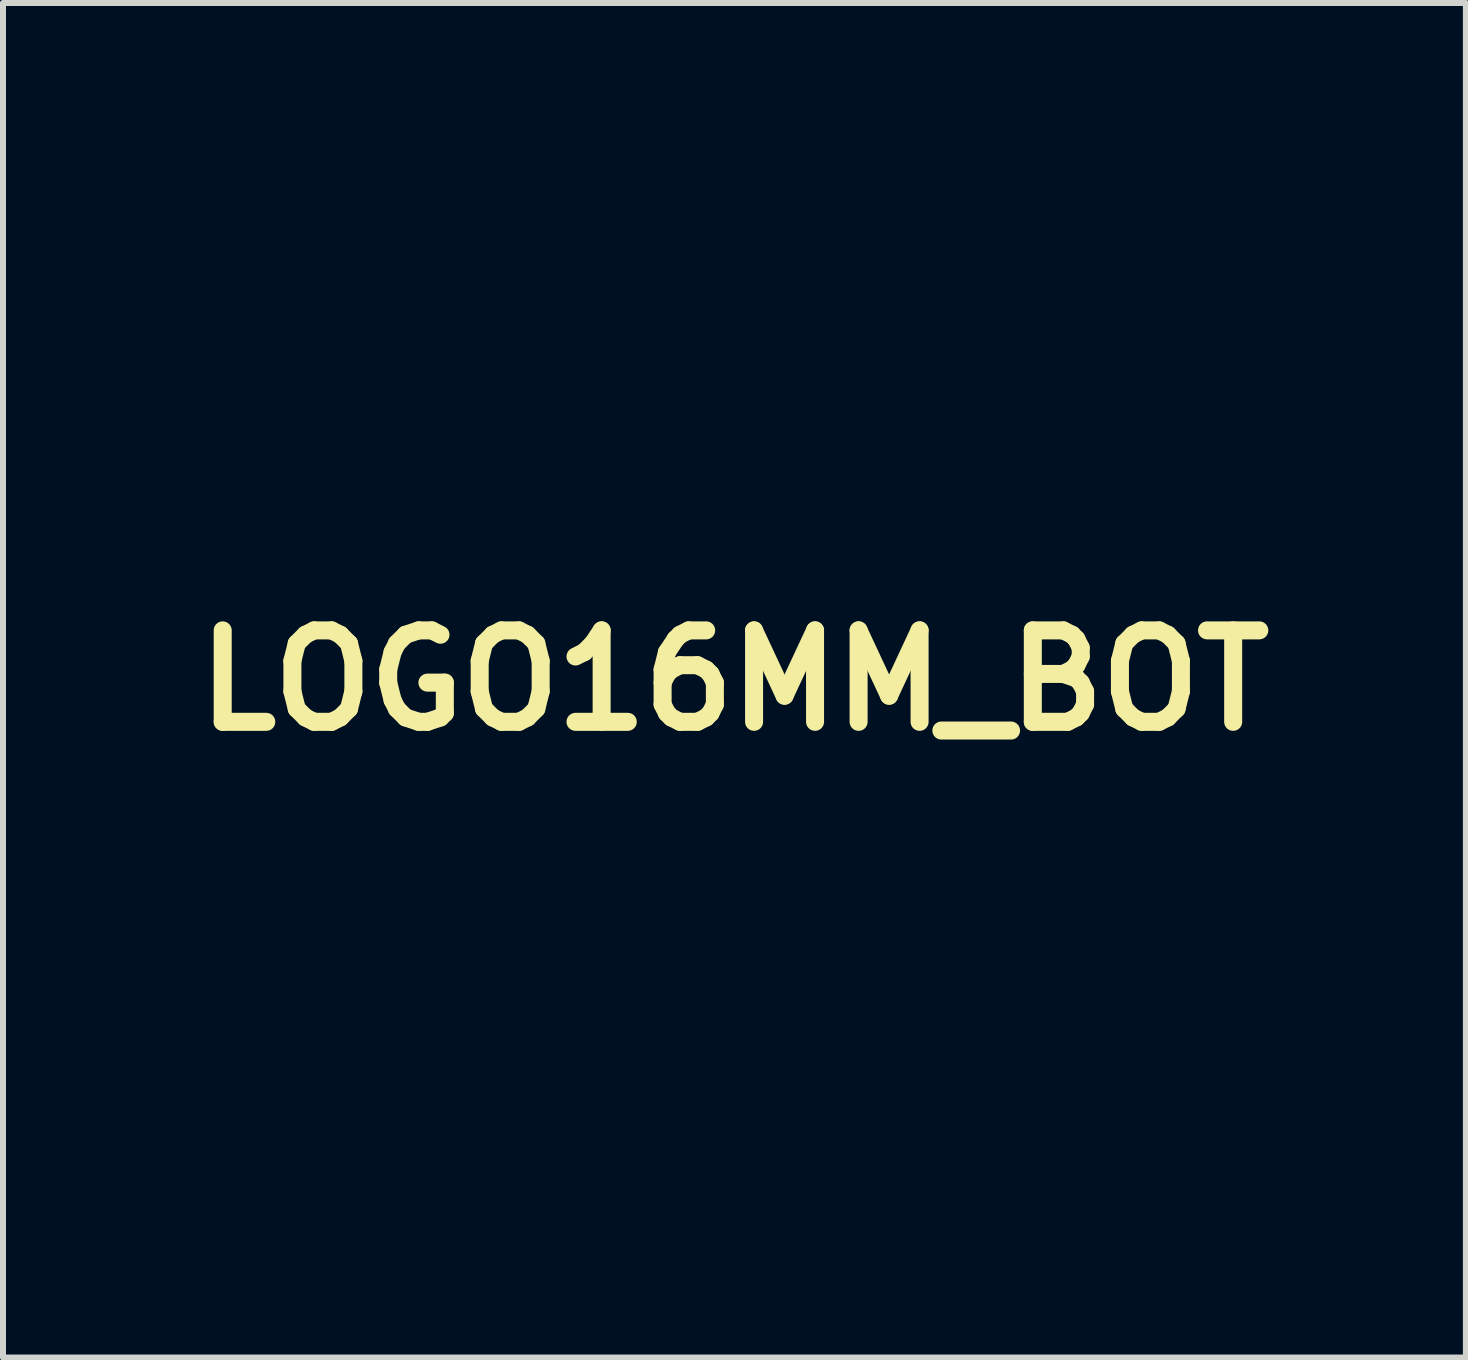
<source format=kicad_pcb>
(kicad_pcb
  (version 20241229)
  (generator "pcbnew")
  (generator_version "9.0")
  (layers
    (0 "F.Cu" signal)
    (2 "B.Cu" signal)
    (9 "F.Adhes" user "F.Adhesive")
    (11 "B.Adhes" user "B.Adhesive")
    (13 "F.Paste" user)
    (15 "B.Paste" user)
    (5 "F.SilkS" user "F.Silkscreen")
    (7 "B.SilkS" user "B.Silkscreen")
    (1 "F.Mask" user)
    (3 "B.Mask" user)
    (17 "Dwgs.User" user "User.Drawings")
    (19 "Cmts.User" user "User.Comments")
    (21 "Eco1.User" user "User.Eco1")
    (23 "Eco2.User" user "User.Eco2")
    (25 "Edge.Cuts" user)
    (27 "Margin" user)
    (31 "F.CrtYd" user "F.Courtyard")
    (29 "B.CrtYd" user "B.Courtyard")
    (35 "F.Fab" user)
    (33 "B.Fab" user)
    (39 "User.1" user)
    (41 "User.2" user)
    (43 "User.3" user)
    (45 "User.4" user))
  (footprint "LOGO16MM_BOT"
    (layer "F.Cu")
    (at 9.188 8.288)
    (property "Reference" "LOGO16MM_BOT" (at 0 0 0) (layer "F.SilkS") (effects (font (size 1.524 1.524) (thickness 0.3))))
    (attr through_hole)
    (fp_poly (pts (xy -0.523 -8.283) (xy -0.286 -8.274) (xy -0.027 -8.257) (xy 0.266 -8.231) (xy 0.602 -8.194) (xy 0.991 -8.146) (xy 1.267 -8.111) (xy 1.536 -8.075) (xy 1.752 -8.043) (xy 1.928 -8.014) (xy 2.081 -7.983) (xy 2.226 -7.946) (xy 2.379 -7.901) (xy 2.556 -7.844) (xy 2.713 -7.79) (xy 3.222 -7.614) (xy 3.671 -7.452) (xy 4.066 -7.3) (xy 4.414 -7.151) (xy 4.723 -7.002) (xy 5 -6.847) (xy 5.251 -6.68) (xy 5.484 -6.498) (xy 5.707 -6.295) (xy 5.925 -6.066) (xy 6.147 -5.806) (xy 6.379 -5.51) (xy 6.628 -5.173) (xy 6.841 -4.877) (xy 7.076 -4.5) (xy 7.289 -4.067) (xy 7.473 -3.592) (xy 7.589 -3.215) (xy 7.708 -2.78) (xy 7.914 -2.639) (xy 8.039 -2.546) (xy 8.186 -2.426) (xy 8.328 -2.301) (xy 8.357 -2.275) (xy 8.555 -2.052) (xy 8.719 -1.797) (xy 8.84 -1.528) (xy 8.909 -1.262) (xy 8.92 -1.158) (xy 8.917 -0.933) (xy 8.888 -0.677) (xy 8.839 -0.416) (xy 8.775 -0.178) (xy 8.719 -0.029) (xy 8.653 0.107) (xy 8.57 0.263) (xy 8.477 0.429) (xy 8.381 0.592) (xy 8.288 0.741) (xy 8.207 0.864) (xy 8.143 0.95) (xy 8.105 0.987) (xy 8.102 0.988) (xy 8.066 0.96) (xy 8.002 0.884) (xy 7.921 0.772) (xy 7.848 0.661) (xy 7.732 0.494) (xy 7.597 0.318) (xy 7.465 0.162) (xy 7.409 0.102) (xy 7.288 -0.015) (xy 7.19 -0.094) (xy 7.09 -0.151) (xy 6.963 -0.2) (xy 6.897 -0.222) (xy 6.717 -0.277) (xy 6.511 -0.335) (xy 6.322 -0.383) (xy 6.315 -0.385) (xy 6.132 -0.432) (xy 5.923 -0.492) (xy 5.73 -0.552) (xy 5.704 -0.561) (xy 5.393 -0.667) (xy 4.787 -0.581) (xy 4.428 -0.535) (xy 4.122 -0.507) (xy 3.851 -0.498) (xy 3.6 -0.506) (xy 3.353 -0.532) (xy 3.247 -0.548) (xy 2.952 -0.576) (xy 2.621 -0.575) (xy 2.281 -0.544) (xy 1.993 -0.494) (xy 1.804 -0.434) (xy 1.577 -0.336) (xy 1.328 -0.208) (xy 1.071 -0.059) (xy 0.822 0.102) (xy 0.595 0.267) (xy 0.406 0.426) (xy 0.346 0.484) (xy 0.246 0.587) (xy 0.186 0.662) (xy 0.155 0.729) (xy 0.143 0.81) (xy 0.139 0.9) (xy 0.14 1.004) (xy 0.153 1.098) (xy 0.184 1.201) (xy 0.238 1.332) (xy 0.298 1.463) (xy 0.445 1.761) (xy 0.583 2) (xy 0.723 2.19) (xy 0.875 2.339) (xy 1.049 2.456) (xy 1.257 2.55) (xy 1.509 2.631) (xy 1.746 2.691) (xy 1.99 2.748) (xy 2.18 2.79) (xy 2.331 2.819) (xy 2.46 2.835) (xy 2.58 2.84) (xy 2.707 2.835) (xy 2.856 2.82) (xy 3.042 2.797) (xy 3.122 2.787) (xy 3.476 2.738) (xy 3.768 2.688) (xy 4.008 2.633) (xy 4.205 2.571) (xy 4.369 2.498) (xy 4.509 2.41) (xy 4.635 2.306) (xy 4.692 2.249) (xy 4.8 2.114) (xy 4.923 1.917) (xy 5.059 1.663) (xy 5.204 1.36) (xy 5.329 1.076) (xy 5.405 0.902) (xy 5.464 0.785) (xy 5.511 0.715) (xy 5.552 0.682) (xy 5.569 0.677) (xy 5.64 0.69) (xy 5.666 0.72) (xy 5.662 0.772) (xy 5.637 0.879) (xy 5.594 1.03) (xy 5.538 1.212) (xy 5.472 1.415) (xy 5.399 1.627) (xy 5.324 1.837) (xy 5.251 2.033) (xy 5.183 2.205) (xy 5.124 2.34) (xy 5.115 2.36) (xy 5.019 2.547) (xy 4.918 2.713) (xy 4.802 2.872) (xy 4.661 3.037) (xy 4.485 3.221) (xy 4.287 3.413) (xy 3.873 3.809) (xy 3.48 3.941) (xy 3.304 3.998) (xy 3.17 4.035) (xy 3.053 4.057) (xy 2.927 4.066) (xy 2.769 4.067) (xy 2.681 4.066) (xy 2.438 4.059) (xy 2.259 4.045) (xy 2.136 4.024) (xy 2.062 3.994) (xy 2.031 3.953) (xy 2.028 3.935) (xy 2.049 3.889) (xy 2.117 3.844) (xy 2.24 3.795) (xy 2.424 3.726) (xy 2.542 3.668) (xy 2.593 3.623) (xy 2.588 3.599) (xy 2.546 3.579) (xy 2.457 3.549) (xy 2.339 3.513) (xy 2.208 3.476) (xy 2.083 3.442) (xy 1.98 3.417) (xy 1.917 3.406) (xy 1.905 3.407) (xy 1.934 3.429) (xy 2.008 3.472) (xy 2.084 3.511) (xy 2.197 3.578) (xy 2.248 3.634) (xy 2.251 3.662) (xy 2.235 3.691) (xy 2.192 3.71) (xy 2.108 3.722) (xy 1.972 3.73) (xy 1.913 3.732) (xy 1.772 3.738) (xy 1.661 3.747) (xy 1.597 3.756) (xy 1.587 3.761) (xy 1.604 3.798) (xy 1.648 3.88) (xy 1.711 3.99) (xy 1.726 4.016) (xy 1.821 4.167) (xy 1.92 4.295) (xy 2.031 4.403) (xy 2.161 4.497) (xy 2.319 4.58) (xy 2.513 4.656) (xy 2.75 4.729) (xy 3.04 4.804) (xy 3.39 4.884) (xy 3.473 4.902) (xy 3.854 4.972) (xy 4.206 5.007) (xy 4.547 5.005) (xy 4.895 4.966) (xy 5.268 4.889) (xy 5.627 4.79) (xy 6.045 4.647) (xy 6.408 4.481) (xy 6.733 4.284) (xy 7.034 4.046) (xy 7.287 3.801) (xy 7.502 3.57) (xy 7.682 3.36) (xy 7.837 3.159) (xy 7.974 2.952) (xy 8.103 2.728) (xy 8.231 2.471) (xy 8.366 2.171) (xy 8.47 1.927) (xy 8.542 1.761) (xy 8.609 1.62) (xy 8.664 1.516) (xy 8.701 1.46) (xy 8.707 1.455) (xy 8.762 1.447) (xy 8.793 1.481) (xy 8.8 1.564) (xy 8.784 1.701) (xy 8.75 1.875) (xy 8.651 2.334) (xy 8.559 2.732) (xy 8.471 3.078) (xy 8.382 3.38) (xy 8.288 3.648) (xy 8.185 3.891) (xy 8.071 4.117) (xy 7.939 4.336) (xy 7.787 4.555) (xy 7.611 4.784) (xy 7.407 5.032) (xy 7.26 5.203) (xy 7.133 5.349) (xy 7.031 5.459) (xy 6.939 5.547) (xy 6.842 5.623) (xy 6.726 5.701) (xy 6.574 5.791) (xy 6.417 5.881) (xy 6.023 6.1) (xy 5.673 6.279) (xy 5.355 6.422) (xy 5.056 6.53) (xy 4.766 6.609) (xy 4.47 6.66) (xy 4.159 6.686) (xy 3.819 6.691) (xy 3.438 6.678) (xy 3.312 6.671) (xy 3.049 6.655) (xy 2.851 6.645) (xy 2.713 6.639) (xy 2.63 6.64) (xy 2.595 6.646) (xy 2.604 6.66) (xy 2.65 6.682) (xy 2.73 6.711) (xy 2.769 6.726) (xy 3.007 6.809) (xy 3.208 6.873) (xy 3.388 6.921) (xy 3.562 6.955) (xy 3.744 6.978) (xy 3.95 6.992) (xy 4.195 6.999) (xy 4.493 7.001) (xy 4.533 7.001) (xy 4.799 7.002) (xy 5.002 7.003) (xy 5.152 7.006) (xy 5.255 7.011) (xy 5.322 7.019) (xy 5.359 7.031) (xy 5.376 7.047) (xy 5.38 7.067) (xy 5.38 7.072) (xy 5.377 7.099) (xy 5.361 7.122) (xy 5.327 7.142) (xy 5.264 7.161) (xy 5.167 7.179) (xy 5.026 7.2) (xy 4.835 7.224) (xy 4.584 7.252) (xy 4.445 7.268) (xy 3.981 7.311) (xy 3.545 7.331) (xy 3.116 7.328) (xy 2.674 7.3) (xy 2.199 7.248) (xy 1.867 7.201) (xy 1.627 7.163) (xy 1.39 7.123) (xy 1.174 7.085) (xy 0.995 7.05) (xy 0.867 7.022) (xy 0.861 7.021) (xy 0.731 6.982) (xy 0.579 6.926) (xy 0.416 6.86) (xy 0.258 6.79) (xy 0.117 6.721) (xy 0.007 6.661) (xy -0.058 6.614) (xy -0.071 6.595) (xy -0.098 6.564) (xy -0.115 6.562) (xy -0.161 6.542) (xy -0.25 6.49) (xy -0.365 6.415) (xy -0.436 6.365) (xy -0.713 6.169) (xy -0.595 6.333) (xy -0.406 6.56) (xy -0.194 6.741) (xy 0.057 6.886) (xy 0.36 7.003) (xy 0.404 7.017) (xy 0.549 7.056) (xy 0.753 7.103) (xy 1.009 7.157) (xy 1.305 7.215) (xy 1.634 7.275) (xy 1.984 7.337) (xy 2.346 7.397) (xy 2.553 7.43) (xy 2.799 7.47) (xy 2.982 7.505) (xy 3.107 7.537) (xy 3.182 7.567) (xy 3.212 7.6) (xy 3.204 7.636) (xy 3.182 7.662) (xy 3.138 7.671) (xy 3.033 7.676) (xy 2.877 7.677) (xy 2.678 7.676) (xy 2.447 7.672) (xy 2.193 7.665) (xy 1.925 7.657) (xy 1.653 7.646) (xy 1.386 7.634) (xy 1.134 7.621) (xy 0.906 7.608) (xy 0.712 7.593) (xy 0.582 7.581) (xy 0.043 7.491) (xy -0.484 7.339) (xy -0.833 7.202) (xy -0.986 7.137) (xy -1.112 7.086) (xy -1.199 7.052) (xy -1.234 7.04) (xy -1.235 7.041) (xy -1.205 7.065) (xy -1.124 7.113) (xy -1.005 7.177) (xy -0.861 7.252) (xy -0.704 7.329) (xy -0.548 7.404) (xy -0.406 7.469) (xy -0.335 7.499) (xy -0.206 7.55) (xy -0.024 7.616) (xy 0.194 7.694) (xy 0.434 7.776) (xy 0.68 7.859) (xy 0.758 7.885) (xy 1.012 7.969) (xy 1.205 8.035) (xy 1.346 8.087) (xy 1.442 8.127) (xy 1.5 8.159) (xy 1.529 8.186) (xy 1.535 8.206) (xy 1.522 8.248) (xy 1.48 8.271) (xy 1.397 8.276) (xy 1.265 8.264) (xy 1.075 8.236) (xy 1.058 8.233) (xy 0.542 8.145) (xy 0.088 8.063) (xy -0.308 7.986) (xy -0.653 7.911) (xy -0.954 7.839) (xy -1.218 7.766) (xy -1.451 7.692) (xy -1.659 7.615) (xy -1.767 7.57) (xy -2.004 7.456) (xy -2.245 7.317) (xy -2.496 7.147) (xy -2.763 6.942) (xy -3.051 6.698) (xy -3.366 6.41) (xy -3.715 6.074) (xy -3.956 5.832) (xy -4.145 5.641) (xy -4.292 5.488) (xy -4.408 5.363) (xy -4.501 5.252) (xy -4.581 5.145) (xy -4.657 5.031) (xy -4.737 4.898) (xy -4.832 4.734) (xy -4.835 4.727) (xy -5.057 4.332) (xy -5.242 3.982) (xy -5.397 3.665) (xy -5.526 3.37) (xy -5.635 3.085) (xy -5.728 2.797) (xy -5.81 2.494) (xy -5.855 2.311) (xy -5.921 2.025) (xy -5.528 2.025) (xy -5.52 2.205) (xy -5.498 2.491) (xy -5.477 2.719) (xy -5.456 2.901) (xy -5.432 3.049) (xy -5.403 3.176) (xy -5.365 3.293) (xy -5.317 3.414) (xy -5.256 3.549) (xy -5.219 3.627) (xy -5.127 3.812) (xy -5.012 4.035) (xy -4.885 4.274) (xy -4.757 4.507) (xy -4.694 4.618) (xy -4.376 5.174) (xy -3.661 5.877) (xy -3.31 6.216) (xy -2.997 6.507) (xy -2.713 6.755) (xy -2.448 6.965) (xy -2.194 7.141) (xy -1.942 7.289) (xy -1.685 7.415) (xy -1.411 7.522) (xy -1.115 7.617) (xy -0.785 7.704) (xy -0.414 7.789) (xy -0.374 7.797) (xy -0.165 7.842) (xy -0.016 7.872) (xy 0.083 7.89) (xy 0.142 7.898) (xy 0.17 7.897) (xy 0.176 7.889) (xy 0.146 7.872) (xy 0.064 7.839) (xy -0.054 7.796) (xy -0.097 7.781) (xy -0.348 7.683) (xy -0.633 7.554) (xy -0.93 7.405) (xy -1.217 7.248) (xy -1.474 7.094) (xy -1.61 7.003) (xy -1.305 7.003) (xy -1.288 7.02) (xy -1.27 7.003) (xy -1.288 6.985) (xy -1.305 7.003) (xy -1.61 7.003) (xy -1.622 6.994) (xy -1.76 6.889) (xy -1.93 6.746) (xy -2.118 6.58) (xy -2.306 6.405) (xy -2.442 6.273) (xy -2.62 6.094) (xy -2.757 5.951) (xy -2.864 5.83) (xy -2.95 5.718) (xy -3.027 5.603) (xy -3.104 5.472) (xy -3.135 5.419) (xy -3.281 5.137) (xy -3.394 4.869) (xy -3.481 4.595) (xy -3.548 4.293) (xy -3.603 3.943) (xy -3.604 3.933) (xy -3.632 3.709) (xy -3.649 3.533) (xy -3.655 3.385) (xy -3.653 3.242) (xy -3.641 3.085) (xy -3.634 3.016) (xy -3.592 2.65) (xy -3.543 2.336) (xy -3.482 2.053) (xy -3.405 1.783) (xy -3.304 1.507) (xy -3.177 1.205) (xy -3.11 1.058) (xy -3.023 0.873) (xy -2.956 0.745) (xy -2.906 0.665) (xy -2.865 0.626) (xy -2.838 0.617) (xy -2.803 0.624) (xy -2.782 0.65) (xy -2.777 0.703) (xy -2.788 0.792) (xy -2.816 0.926) (xy -2.863 1.112) (xy -2.909 1.288) (xy -2.961 1.486) (xy -2.996 1.637) (xy -3.018 1.76) (xy -3.028 1.878) (xy -3.029 2.01) (xy -3.025 2.176) (xy -3.023 2.223) (xy -2.968 2.812) (xy -2.847 3.422) (xy -2.662 4.056) (xy -2.411 4.713) (xy -2.202 5.175) (xy -2.041 5.472) (xy -1.863 5.717) (xy -1.653 5.929) (xy -1.393 6.127) (xy -1.379 6.137) (xy -1.153 6.289) (xy -1.262 6.099) (xy -1.41 5.788) (xy -1.495 5.48) (xy -1.523 5.157) (xy -1.523 5.147) (xy -1.519 5.02) (xy -1.507 4.858) (xy -1.49 4.677) (xy -1.469 4.491) (xy -1.447 4.316) (xy -1.424 4.168) (xy -1.403 4.061) (xy -1.388 4.013) (xy -1.341 3.983) (xy -1.282 4.014) (xy -1.22 4.1) (xy -1.194 4.154) (xy -1.09 4.384) (xy -0.978 4.619) (xy -0.862 4.846) (xy -0.751 5.053) (xy -0.651 5.227) (xy -0.567 5.355) (xy -0.529 5.404) (xy -0.431 5.502) (xy -0.297 5.614) (xy -0.147 5.728) (xy -0.001 5.827) (xy 0.122 5.897) (xy 0.162 5.915) (xy 0.173 5.904) (xy 0.141 5.849) (xy 0.071 5.759) (xy 0.033 5.713) (xy -0.217 5.414) (xy -0.421 5.145) (xy -0.585 4.891) (xy -0.717 4.638) (xy -0.825 4.371) (xy -0.915 4.075) (xy -0.996 3.734) (xy -1.022 3.609) (xy -1.059 3.428) (xy -1.093 3.273) (xy -1.119 3.157) (xy -1.136 3.091) (xy -1.14 3.081) (xy -1.162 3.103) (xy -1.207 3.175) (xy -1.267 3.281) (xy -1.286 3.317) (xy -1.37 3.46) (xy -1.44 3.537) (xy -1.496 3.548) (xy -1.537 3.491) (xy -1.566 3.367) (xy -1.582 3.173) (xy -1.585 3.009) (xy -1.57 2.713) (xy -1.514 2.451) (xy -1.411 2.195) (xy -1.384 2.141) (xy -1.261 1.942) (xy -1.114 1.782) (xy -0.924 1.642) (xy -0.799 1.57) (xy -0.664 1.507) (xy -0.58 1.492) (xy -0.543 1.528) (xy -0.551 1.617) (xy -0.594 1.748) (xy -0.645 1.888) (xy -0.666 1.964) (xy -0.66 1.977) (xy -0.625 1.926) (xy -0.565 1.809) (xy -0.551 1.781) (xy -0.473 1.634) (xy -0.371 1.463) (xy -0.263 1.297) (xy -0.233 1.253) (xy -0.14 1.117) (xy -0.081 1.017) (xy -0.05 0.937) (xy -0.037 0.857) (xy -0.035 0.793) (xy -0.033 0.704) (xy -0.018 0.637) (xy 0.018 0.572) (xy 0.086 0.493) (xy 0.185 0.391) (xy 0.418 0.18) (xy 0.697 -0.031) (xy 1.002 -0.231) (xy 1.314 -0.406) (xy 1.615 -0.547) (xy 1.805 -0.616) (xy 2.079 -0.685) (xy 2.39 -0.731) (xy 2.712 -0.754) (xy 3.019 -0.751) (xy 3.263 -0.724) (xy 3.565 -0.685) (xy 3.876 -0.673) (xy 4.216 -0.689) (xy 4.585 -0.729) (xy 5.025 -0.788) (xy 4.849 -0.848) (xy 4.712 -0.899) (xy 4.574 -0.959) (xy 4.53 -0.98) (xy 4.404 -1.027) (xy 4.228 -1.071) (xy 4.022 -1.108) (xy 3.806 -1.135) (xy 3.6 -1.15) (xy 3.424 -1.15) (xy 3.387 -1.147) (xy 3.256 -1.132) (xy 3.081 -1.108) (xy 2.887 -1.078) (xy 2.738 -1.054) (xy 2.57 -1.029) (xy 2.426 -1.01) (xy 2.321 -1.001) (xy 2.27 -1.003) (xy 2.226 -1.039) (xy 2.24 -1.093) (xy 2.315 -1.168) (xy 2.43 -1.25) (xy 2.762 -1.25) (xy 2.798 -1.252) (xy 2.889 -1.262) (xy 3.021 -1.279) (xy 3.157 -1.296) (xy 3.338 -1.318) (xy 3.484 -1.328) (xy 3.62 -1.328) (xy 3.773 -1.315) (xy 3.97 -1.291) (xy 3.972 -1.291) (xy 4.22 -1.253) (xy 4.416 -1.208) (xy 4.58 -1.152) (xy 4.63 -1.131) (xy 4.77 -1.073) (xy 4.965 -1) (xy 5.199 -0.918) (xy 5.46 -0.831) (xy 5.734 -0.742) (xy 6.006 -0.658) (xy 6.262 -0.582) (xy 6.489 -0.518) (xy 6.578 -0.496) (xy 6.762 -0.445) (xy 6.941 -0.39) (xy 7.092 -0.337) (xy 7.184 -0.299) (xy 7.344 -0.196) (xy 7.521 -0.038) (xy 7.704 0.163) (xy 7.882 0.396) (xy 7.931 0.468) (xy 7.999 0.571) (xy 8.05 0.638) (xy 8.092 0.665) (xy 8.135 0.647) (xy 8.186 0.58) (xy 8.257 0.461) (xy 8.355 0.286) (xy 8.357 0.282) (xy 8.495 0.021) (xy 8.595 -0.208) (xy 8.665 -0.424) (xy 8.713 -0.649) (xy 8.716 -0.669) (xy 8.741 -1.023) (xy 8.701 -1.352) (xy 8.595 -1.657) (xy 8.423 -1.937) (xy 8.197 -2.182) (xy 7.997 -2.356) (xy 7.808 -2.493) (xy 7.614 -2.6) (xy 7.402 -2.682) (xy 7.158 -2.747) (xy 6.866 -2.799) (xy 6.661 -2.827) (xy 6.416 -2.846) (xy 6.167 -2.838) (xy 5.906 -2.802) (xy 5.63 -2.736) (xy 5.331 -2.637) (xy 5.005 -2.504) (xy 4.646 -2.334) (xy 4.247 -2.126) (xy 3.803 -1.876) (xy 3.433 -1.659) (xy 3.238 -1.542) (xy 3.066 -1.438) (xy 2.924 -1.352) (xy 2.823 -1.289) (xy 2.769 -1.255) (xy 2.762 -1.25) (xy 2.43 -1.25) (xy 2.453 -1.266) (xy 2.528 -1.313) (xy 2.833 -1.499) (xy 0.967 -1.517) (xy 0.556 -1.521) (xy 0.211 -1.525) (xy -0.075 -1.528) (xy -0.308 -1.532) (xy -0.492 -1.536) (xy -0.633 -1.541) (xy -0.738 -1.547) (xy -0.811 -1.554) (xy -0.858 -1.563) (xy -0.885 -1.573) (xy -0.897 -1.585) (xy -0.9 -1.599) (xy -0.9 -1.6) (xy -0.883 -1.635) (xy -0.829 -1.678) (xy -0.796 -1.697) (xy -0.37 -1.697) (xy 3.139 -1.693) (xy 3.633 -1.981) (xy 4.126 -2.269) (xy 3.977 -2.55) (xy 3.856 -2.763) (xy 3.741 -2.927) (xy 3.617 -3.05) (xy 3.473 -3.144) (xy 3.294 -3.216) (xy 3.066 -3.277) (xy 2.89 -3.315) (xy 2.719 -3.347) (xy 2.594 -3.365) (xy 2.493 -3.37) (xy 2.392 -3.361) (xy 2.27 -3.341) (xy 2.251 -3.337) (xy 2.095 -3.301) (xy 1.945 -3.255) (xy 1.831 -3.209) (xy 1.83 -3.208) (xy 1.678 -3.131) (xy 1.828 -3.073) (xy 1.933 -3.022) (xy 2.053 -2.948) (xy 2.171 -2.862) (xy 2.273 -2.777) (xy 2.342 -2.705) (xy 2.364 -2.661) (xy 2.361 -2.637) (xy 2.347 -2.616) (xy 2.311 -2.592) (xy 2.243 -2.561) (xy 2.131 -2.515) (xy 1.966 -2.45) (xy 1.931 -2.437) (xy 1.785 -2.374) (xy 1.605 -2.286) (xy 1.416 -2.188) (xy 1.285 -2.115) (xy 1.096 -2.011) (xy 0.96 -1.948) (xy 0.87 -1.925) (xy 0.822 -1.939) (xy 0.811 -1.977) (xy 0.832 -2.059) (xy 0.885 -2.175) (xy 0.959 -2.301) (xy 1.04 -2.418) (xy 1.117 -2.503) (xy 1.122 -2.508) (xy 1.252 -2.618) (xy 1.059 -2.594) (xy 0.96 -2.578) (xy 0.882 -2.551) (xy 0.804 -2.502) (xy 0.709 -2.42) (xy 0.635 -2.35) (xy 0.393 -2.135) (xy 0.16 -1.967) (xy -0.089 -1.828) (xy -0.152 -1.798) (xy -0.37 -1.697) (xy -0.796 -1.697) (xy -0.729 -1.733) (xy -0.575 -1.805) (xy -0.474 -1.85) (xy -0.225 -1.962) (xy -0.024 -2.066) (xy 0.147 -2.173) (xy 0.309 -2.295) (xy 0.48 -2.445) (xy 0.512 -2.475) (xy 0.625 -2.588) (xy 0.715 -2.697) (xy 0.795 -2.822) (xy 0.881 -2.986) (xy 0.913 -3.053) (xy 0.998 -3.22) (xy 1.089 -3.381) (xy 1.174 -3.515) (xy 1.223 -3.582) (xy 1.379 -3.725) (xy 1.605 -3.866) (xy 1.9 -4.003) (xy 2.235 -4.126) (xy 2.377 -4.177) (xy 2.491 -4.225) (xy 2.561 -4.263) (xy 2.576 -4.28) (xy 2.593 -4.475) (xy 2.621 -4.629) (xy 3.408 -4.629) (xy 3.412 -4.411) (xy 3.466 -4.193) (xy 3.562 -4) (xy 3.629 -3.914) (xy 3.76 -3.818) (xy 3.935 -3.754) (xy 4.134 -3.722) (xy 4.337 -3.725) (xy 4.524 -3.766) (xy 4.596 -3.797) (xy 4.694 -3.854) (xy 4.794 -3.922) (xy 4.879 -3.987) (xy 4.931 -4.037) (xy 4.939 -4.052) (xy 4.911 -4.083) (xy 4.845 -4.128) (xy 4.84 -4.13) (xy 4.768 -4.159) (xy 4.671 -4.173) (xy 4.53 -4.174) (xy 4.44 -4.17) (xy 4.248 -4.167) (xy 4.114 -4.179) (xy 4.059 -4.197) (xy 3.983 -4.27) (xy 3.92 -4.387) (xy 3.885 -4.522) (xy 3.881 -4.578) (xy 3.861 -4.689) (xy 3.796 -4.761) (xy 3.677 -4.804) (xy 3.612 -4.815) (xy 3.432 -4.838) (xy 3.408 -4.629) (xy 2.621 -4.629) (xy 2.631 -4.681) (xy 2.683 -4.872) (xy 2.742 -5.017) (xy 2.796 -5.121) (xy 2.836 -5.2) (xy 2.851 -5.23) (xy 2.829 -5.248) (xy 2.76 -5.256) (xy 2.752 -5.256) (xy 2.675 -5.243) (xy 2.59 -5.195) (xy 2.481 -5.104) (xy 2.451 -5.076) (xy 2.328 -4.969) (xy 2.243 -4.92) (xy 2.189 -4.929) (xy 2.16 -4.997) (xy 2.152 -5.126) (xy 2.152 -5.131) (xy 2.186 -5.373) (xy 2.24 -5.524) (xy 2.287 -5.637) (xy 2.319 -5.728) (xy 2.328 -5.77) (xy 2.297 -5.83) (xy 2.21 -5.911) (xy 2.075 -6.008) (xy 1.901 -6.115) (xy 1.755 -6.194) (xy 1.59 -6.285) (xy 1.489 -6.358) (xy 1.448 -6.416) (xy 1.464 -6.461) (xy 1.48 -6.473) (xy 1.531 -6.477) (xy 1.637 -6.467) (xy 1.783 -6.446) (xy 1.956 -6.416) (xy 2.142 -6.379) (xy 2.326 -6.337) (xy 2.408 -6.317) (xy 2.693 -6.223) (xy 3.009 -6.082) (xy 3.343 -5.903) (xy 3.682 -5.692) (xy 4.012 -5.457) (xy 4.321 -5.207) (xy 4.41 -5.129) (xy 4.619 -4.948) (xy 4.817 -4.801) (xy 5.019 -4.68) (xy 5.242 -4.576) (xy 5.504 -4.479) (xy 5.781 -4.392) (xy 6.021 -4.327) (xy 6.212 -4.291) (xy 6.368 -4.284) (xy 6.503 -4.308) (xy 6.633 -4.362) (xy 6.721 -4.414) (xy 6.884 -4.517) (xy 6.752 -4.702) (xy 6.473 -5.086) (xy 6.221 -5.423) (xy 5.989 -5.716) (xy 5.769 -5.971) (xy 5.555 -6.194) (xy 5.337 -6.39) (xy 5.11 -6.565) (xy 4.865 -6.723) (xy 4.595 -6.871) (xy 4.292 -7.014) (xy 3.95 -7.157) (xy 3.559 -7.305) (xy 3.114 -7.464) (xy 2.769 -7.584) (xy 2.028 -7.839) (xy 1.094 -7.816) (xy 0.567 -7.801) (xy 0.104 -7.785) (xy -0.301 -7.767) (xy -0.655 -7.746) (xy -0.964 -7.721) (xy -1.235 -7.693) (xy -1.474 -7.661) (xy -1.688 -7.623) (xy -1.884 -7.58) (xy -2.055 -7.534) (xy -2.253 -7.473) (xy -2.446 -7.408) (xy -2.626 -7.343) (xy -2.781 -7.282) (xy -2.901 -7.229) (xy -2.976 -7.188) (xy -2.996 -7.163) (xy -2.993 -7.16) (xy -2.935 -7.144) (xy -2.83 -7.127) (xy -2.718 -7.113) (xy -2.408 -7.067) (xy -2.109 -6.987) (xy -1.796 -6.866) (xy -1.662 -6.805) (xy -1.434 -6.694) (xy -1.221 -6.584) (xy -1.031 -6.479) (xy -0.872 -6.385) (xy -0.754 -6.307) (xy -0.685 -6.249) (xy -0.67 -6.225) (xy -0.698 -6.182) (xy -0.769 -6.115) (xy -0.87 -6.04) (xy -0.873 -6.037) (xy -0.998 -5.946) (xy -1.111 -5.852) (xy -1.202 -5.766) (xy -1.262 -5.696) (xy -1.282 -5.653) (xy -1.268 -5.644) (xy -1.07 -5.631) (xy -0.835 -5.601) (xy -0.592 -5.557) (xy -0.371 -5.506) (xy -0.252 -5.47) (xy -0.038 -5.394) (xy 0.177 -5.31) (xy 0.383 -5.223) (xy 0.571 -5.137) (xy 0.73 -5.058) (xy 0.85 -4.991) (xy 0.92 -4.939) (xy 0.935 -4.915) (xy 0.916 -4.879) (xy 0.854 -4.837) (xy 0.742 -4.785) (xy 0.569 -4.718) (xy 0.564 -4.716) (xy 0.231 -4.59) (xy -0.106 -4.459) (xy -0.436 -4.329) (xy -0.746 -4.202) (xy -1.027 -4.085) (xy -1.266 -3.98) (xy -1.454 -3.894) (xy -1.499 -3.872) (xy -1.722 -3.756) (xy -1.936 -3.634) (xy -2.15 -3.499) (xy -2.37 -3.347) (xy -2.607 -3.171) (xy -2.866 -2.965) (xy -3.157 -2.724) (xy -3.487 -2.441) (xy -3.616 -2.329) (xy -3.827 -2.145) (xy -3.992 -2) (xy -4.119 -1.887) (xy -4.216 -1.797) (xy -4.291 -1.724) (xy -4.351 -1.66) (xy -4.404 -1.597) (xy -4.458 -1.528) (xy -4.5 -1.473) (xy -4.594 -1.341) (xy -4.679 -1.201) (xy -4.759 -1.044) (xy -4.84 -0.858) (xy -4.926 -0.631) (xy -5.022 -0.354) (xy -5.081 -0.176) (xy -5.248 0.362) (xy -5.375 0.847) (xy -5.463 1.283) (xy -5.514 1.674) (xy -5.528 2.025) (xy -5.921 2.025) (xy -5.953 1.887) (xy -5.984 2.205) (xy -5.993 2.339) (xy -6.001 2.528) (xy -6.008 2.753) (xy -6.012 2.999) (xy -6.013 3.249) (xy -6.013 3.281) (xy -6.012 3.498) (xy -6.009 3.682) (xy -6.004 3.844) (xy -5.993 3.994) (xy -5.976 4.143) (xy -5.952 4.3) (xy -5.917 4.478) (xy -5.872 4.686) (xy -5.814 4.936) (xy -5.742 5.237) (xy -5.692 5.445) (xy -5.633 5.696) (xy -5.592 5.885) (xy -5.569 6.021) (xy -5.565 6.11) (xy -5.578 6.159) (xy -5.608 6.174) (xy -5.654 6.164) (xy -5.687 6.13) (xy -5.751 6.044) (xy -5.841 5.917) (xy -5.951 5.755) (xy -6.075 5.569) (xy -6.208 5.367) (xy -6.344 5.157) (xy -6.477 4.948) (xy -6.601 4.749) (xy -6.712 4.57) (xy -6.802 4.417) (xy -6.825 4.377) (xy -7.006 4.038) (xy -7.185 3.664) (xy -7.354 3.278) (xy -7.503 2.901) (xy -7.622 2.556) (xy -7.633 2.519) (xy -7.716 2.246) (xy -7.78 2.026) (xy -7.828 1.843) (xy -7.863 1.681) (xy -7.887 1.526) (xy -7.904 1.362) (xy -7.914 1.173) (xy -7.921 0.946) (xy -7.926 0.741) (xy -7.932 0.472) (xy -7.934 0.258) (xy -7.932 0.082) (xy -7.924 -0.072) (xy -7.911 -0.221) (xy -7.891 -0.38) (xy -7.863 -0.566) (xy -7.854 -0.627) (xy -7.815 -0.851) (xy -7.769 -1.08) (xy -7.72 -1.291) (xy -7.674 -1.462) (xy -7.657 -1.516) (xy -7.59 -1.702) (xy -7.502 -1.925) (xy -7.399 -2.172) (xy -7.286 -2.43) (xy -7.17 -2.687) (xy -7.056 -2.929) (xy -6.95 -3.144) (xy -6.858 -3.319) (xy -6.787 -3.44) (xy -6.699 -3.558) (xy -6.575 -3.706) (xy -6.429 -3.867) (xy -6.277 -4.024) (xy -6.249 -4.052) (xy -5.939 -4.345) (xy -5.661 -4.586) (xy -5.407 -4.781) (xy -5.167 -4.936) (xy -4.935 -5.058) (xy -4.7 -5.151) (xy -4.599 -5.183) (xy -4.451 -5.223) (xy -4.273 -5.267) (xy -4.079 -5.312) (xy -3.881 -5.355) (xy -3.692 -5.394) (xy -3.526 -5.425) (xy -3.395 -5.446) (xy -3.312 -5.454) (xy -3.292 -5.453) (xy -3.251 -5.42) (xy -3.26 -5.369) (xy -3.32 -5.294) (xy -3.437 -5.19) (xy -3.511 -5.131) (xy -3.713 -4.959) (xy -3.862 -4.794) (xy -3.967 -4.621) (xy -4.039 -4.42) (xy -4.089 -4.18) (xy -4.102 -4.078) (xy -4.118 -3.936) (xy -4.134 -3.768) (xy -4.149 -3.588) (xy -4.163 -3.411) (xy -4.174 -3.25) (xy -4.181 -3.119) (xy -4.184 -3.034) (xy -4.181 -3.007) (xy -4.152 -3.024) (xy -4.077 -3.077) (xy -3.964 -3.158) (xy -3.824 -3.262) (xy -3.728 -3.334) (xy -3.381 -3.591) (xy -3.074 -3.807) (xy -2.793 -3.989) (xy -2.527 -4.142) (xy -2.261 -4.275) (xy -1.983 -4.391) (xy -1.68 -4.499) (xy -1.339 -4.605) (xy -0.946 -4.714) (xy -0.853 -4.739) (xy -0.278 -4.891) (xy -0.63 -4.956) (xy -0.839 -4.989) (xy -1.03 -5.006) (xy -1.212 -5.004) (xy -1.396 -4.981) (xy -1.592 -4.934) (xy -1.81 -4.862) (xy -2.06 -4.761) (xy -2.352 -4.631) (xy -2.644 -4.492) (xy -2.838 -4.401) (xy -3.012 -4.324) (xy -3.155 -4.264) (xy -3.258 -4.226) (xy -3.308 -4.215) (xy -3.31 -4.215) (xy -3.337 -4.234) (xy -3.343 -4.269) (xy -3.325 -4.327) (xy -3.28 -4.417) (xy -3.203 -4.545) (xy -3.09 -4.72) (xy -3.026 -4.818) (xy -2.713 -5.245) (xy -2.375 -5.61) (xy -2.008 -5.919) (xy -1.946 -5.964) (xy -1.726 -6.118) (xy -2.089 -6.217) (xy -2.501 -6.321) (xy -2.869 -6.396) (xy -3.212 -6.442) (xy -3.549 -6.462) (xy -3.899 -6.456) (xy -4.282 -6.425) (xy -4.595 -6.388) (xy -4.812 -6.358) (xy -4.99 -6.328) (xy -5.148 -6.293) (xy -5.308 -6.249) (xy -5.49 -6.189) (xy -5.715 -6.109) (xy -5.739 -6.1) (xy -6.111 -5.961) (xy -6.428 -5.836) (xy -6.704 -5.718) (xy -6.952 -5.599) (xy -7.186 -5.473) (xy -7.417 -5.332) (xy -7.659 -5.169) (xy -7.926 -4.978) (xy -8.16 -4.805) (xy -8.384 -4.638) (xy -8.559 -4.514) (xy -8.69 -4.428) (xy -8.784 -4.379) (xy -8.844 -4.362) (xy -8.878 -4.376) (xy -8.89 -4.418) (xy -8.89 -4.429) (xy -8.87 -4.485) (xy -8.813 -4.584) (xy -8.729 -4.717) (xy -8.625 -4.873) (xy -8.508 -5.039) (xy -8.386 -5.205) (xy -8.267 -5.361) (xy -8.159 -5.494) (xy -8.108 -5.551) (xy -7.995 -5.668) (xy -7.845 -5.811) (xy -7.676 -5.961) (xy -7.51 -6.103) (xy -7.499 -6.112) (xy -7.358 -6.228) (xy -7.238 -6.329) (xy -7.149 -6.408) (xy -7.102 -6.454) (xy -7.097 -6.461) (xy -7.063 -6.489) (xy -6.98 -6.545) (xy -6.859 -6.622) (xy -6.711 -6.712) (xy -6.66 -6.743) (xy -6.384 -6.896) (xy -6.056 -7.062) (xy -5.694 -7.233) (xy -5.311 -7.401) (xy -4.926 -7.56) (xy -4.864 -7.584) (xy -4.462 -7.724) (xy -4 -7.852) (xy -3.489 -7.968) (xy -2.939 -8.069) (xy -2.362 -8.154) (xy -1.768 -8.22) (xy -1.166 -8.266) (xy -0.966 -8.276) (xy -0.746 -8.283) (xy -0.523 -8.283)) (stroke (width 0.01) (type solid)) (fill yes) (layer "F.Mask")))
  (gr_rect
    (start -3 -3)
    (end 21.375 19.569)
    (stroke (width 0.1) (type default))
    (fill no)
    (layer "Edge.Cuts")))
</source>
